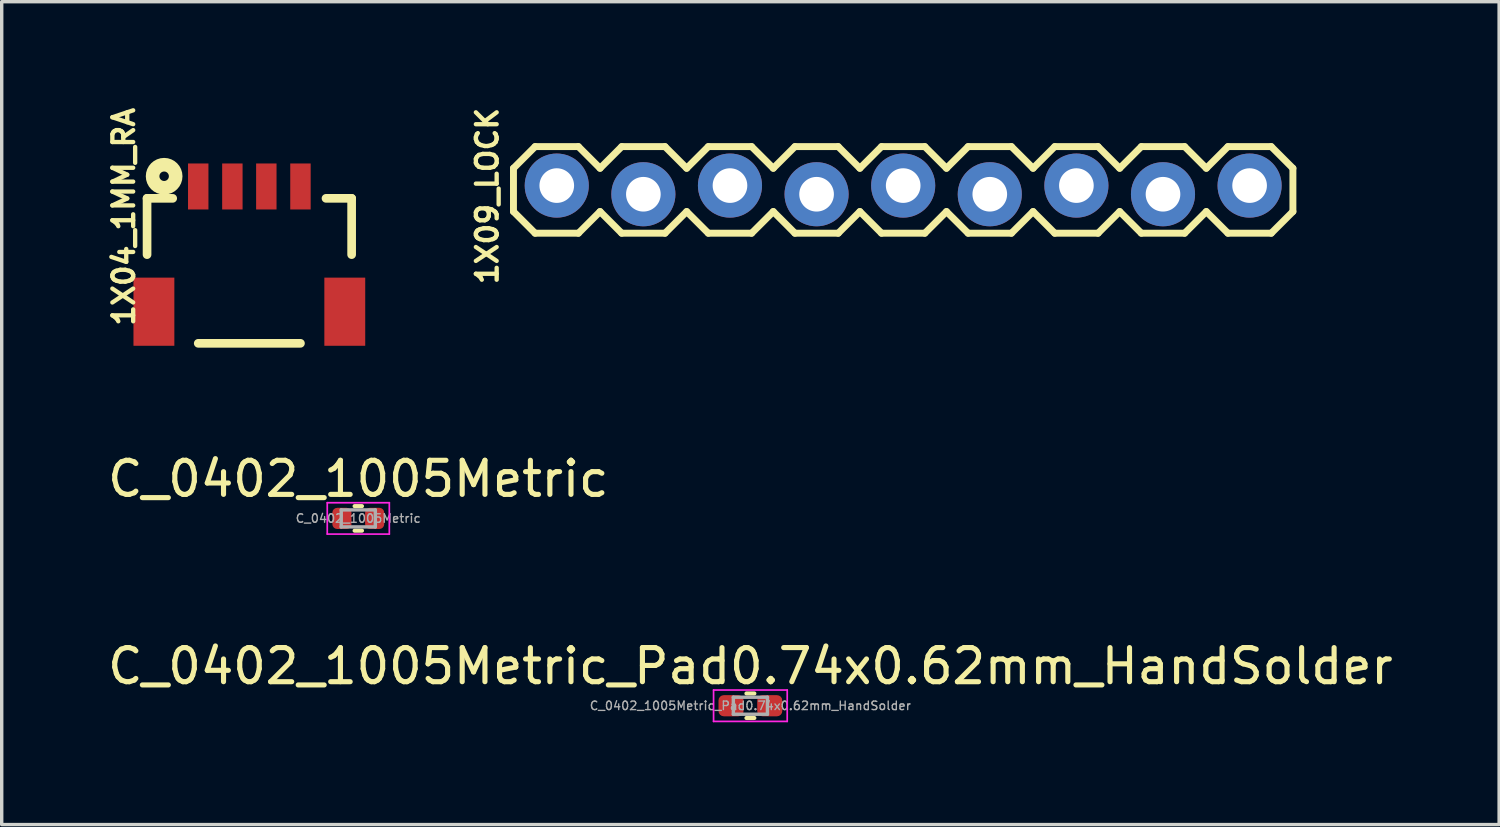
<source format=kicad_pcb>
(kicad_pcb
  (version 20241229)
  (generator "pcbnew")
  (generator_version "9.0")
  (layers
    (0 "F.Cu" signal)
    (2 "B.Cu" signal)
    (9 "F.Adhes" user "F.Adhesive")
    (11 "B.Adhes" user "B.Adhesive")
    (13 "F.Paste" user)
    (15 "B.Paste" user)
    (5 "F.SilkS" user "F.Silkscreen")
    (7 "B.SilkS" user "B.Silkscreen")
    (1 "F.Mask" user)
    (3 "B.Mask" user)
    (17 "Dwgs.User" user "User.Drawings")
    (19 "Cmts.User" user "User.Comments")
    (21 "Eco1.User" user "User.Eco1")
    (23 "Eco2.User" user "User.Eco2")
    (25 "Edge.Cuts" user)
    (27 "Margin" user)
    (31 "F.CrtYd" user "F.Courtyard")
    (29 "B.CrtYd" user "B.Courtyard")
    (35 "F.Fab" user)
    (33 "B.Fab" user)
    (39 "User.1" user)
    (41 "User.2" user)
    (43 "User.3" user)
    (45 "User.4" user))
  (footprint "C_0402_1005Metric_Pad0.74x0.62mm_HandSolder"
    (layer "F.Cu")
    (at 18.958 17.648)
    (property "Reference" "C_0402_1005Metric_Pad0.74x0.62mm_HandSolder" (at 0 -1.16 180) (layer "F.SilkS") (effects (font (size 1 1) (thickness 0.15))))
    (attr smd)
    (fp_line (start -0.116 -0.36) (end 0.116 -0.36) (stroke (width 0.12) (type solid)) (layer "F.SilkS"))
    (fp_line (start -0.116 0.36) (end 0.116 0.36) (stroke (width 0.12) (type solid)) (layer "F.SilkS"))
    (fp_line (start -1.08 -0.46) (end 1.08 -0.46) (stroke (width 0.05) (type solid)) (layer "F.CrtYd"))
    (fp_line (start -1.08 0.46) (end -1.08 -0.46) (stroke (width 0.05) (type solid)) (layer "F.CrtYd"))
    (fp_line (start 1.08 -0.46) (end 1.08 0.46) (stroke (width 0.05) (type solid)) (layer "F.CrtYd"))
    (fp_line (start 1.08 0.46) (end -1.08 0.46) (stroke (width 0.05) (type solid)) (layer "F.CrtYd"))
    (fp_line (start -0.5 -0.25) (end 0.5 -0.25) (stroke (width 0.1) (type solid)) (layer "F.Fab"))
    (fp_line (start -0.5 0.25) (end -0.5 -0.25) (stroke (width 0.1) (type solid)) (layer "F.Fab"))
    (fp_line (start 0.5 -0.25) (end 0.5 0.25) (stroke (width 0.1) (type solid)) (layer "F.Fab"))
    (fp_line (start 0.5 0.25) (end -0.5 0.25) (stroke (width 0.1) (type solid)) (layer "F.Fab"))
    (fp_text user "${REFERENCE}" (at 0 0 180) (layer "F.Fab") (effects (font (size 0.25 0.25) (thickness 0.04))))
    (pad "1" smd roundrect (at -0.568 0) (size 0.735 0.62) (layers "F.Cu" "F.Mask" "F.Paste") (roundrect_rratio 0.25))
    (pad "2" smd roundrect (at 0.568 0) (size 0.735 0.62) (layers "F.Cu" "F.Mask" "F.Paste") (roundrect_rratio 0.25)))
  (footprint "C_0402_1005Metric"
    (layer "F.Cu")
    (at 7.458 12.154)
    (property "Reference" "C_0402_1005Metric" (at 0 -1.16 180) (layer "F.SilkS") (effects (font (size 1 1) (thickness 0.15))))
    (attr smd)
    (fp_line (start -0.108 -0.36) (end 0.108 -0.36) (stroke (width 0.12) (type solid)) (layer "F.SilkS"))
    (fp_line (start -0.108 0.36) (end 0.108 0.36) (stroke (width 0.12) (type solid)) (layer "F.SilkS"))
    (fp_line (start -0.91 -0.46) (end 0.91 -0.46) (stroke (width 0.05) (type solid)) (layer "F.CrtYd"))
    (fp_line (start -0.91 0.46) (end -0.91 -0.46) (stroke (width 0.05) (type solid)) (layer "F.CrtYd"))
    (fp_line (start 0.91 -0.46) (end 0.91 0.46) (stroke (width 0.05) (type solid)) (layer "F.CrtYd"))
    (fp_line (start 0.91 0.46) (end -0.91 0.46) (stroke (width 0.05) (type solid)) (layer "F.CrtYd"))
    (fp_line (start -0.5 -0.25) (end 0.5 -0.25) (stroke (width 0.1) (type solid)) (layer "F.Fab"))
    (fp_line (start -0.5 0.25) (end -0.5 -0.25) (stroke (width 0.1) (type solid)) (layer "F.Fab"))
    (fp_line (start 0.5 -0.25) (end 0.5 0.25) (stroke (width 0.1) (type solid)) (layer "F.Fab"))
    (fp_line (start 0.5 0.25) (end -0.5 0.25) (stroke (width 0.1) (type solid)) (layer "F.Fab"))
    (fp_text user "${REFERENCE}" (at 0 0 180) (layer "F.Fab") (effects (font (size 0.25 0.25) (thickness 0.04))))
    (pad "1" smd roundrect (at -0.48 0) (size 0.56 0.62) (layers "F.Cu" "F.Mask" "F.Paste") (roundrect_rratio 0.25))
    (pad "2" smd roundrect (at 0.48 0) (size 0.56 0.62) (layers "F.Cu" "F.Mask" "F.Paste") (roundrect_rratio 0.25)))
  (footprint "1X09_LOCK"
    (layer "F.Cu")
    (at 13.279 2.52)
    (property "Reference" "1X09_LOCK" (at -2.038 0.179 90) (layer "F.SilkS") (effects (font (size 0.61 0.61) (thickness 0.127))))
    (attr exclude_from_pos_files)
    (fp_line (start -1.27 -0.635) (end -1.27 0.635) (stroke (width 0.203) (type solid)) (layer "F.SilkS"))
    (fp_line (start -1.27 0.635) (end -0.635 1.27) (stroke (width 0.203) (type solid)) (layer "F.SilkS"))
    (fp_line (start -0.635 -1.27) (end -1.27 -0.635) (stroke (width 0.203) (type solid)) (layer "F.SilkS"))
    (fp_line (start -0.635 -1.27) (end 0.635 -1.27) (stroke (width 0.203) (type solid)) (layer "F.SilkS"))
    (fp_line (start 0.635 -1.27) (end 1.27 -0.635) (stroke (width 0.203) (type solid)) (layer "F.SilkS"))
    (fp_line (start 0.635 1.27) (end -0.635 1.27) (stroke (width 0.203) (type solid)) (layer "F.SilkS"))
    (fp_line (start 1.27 -0.635) (end 1.905 -1.27) (stroke (width 0.203) (type solid)) (layer "F.SilkS"))
    (fp_line (start 1.27 0.635) (end 0.635 1.27) (stroke (width 0.203) (type solid)) (layer "F.SilkS"))
    (fp_line (start 1.905 -1.27) (end 3.175 -1.27) (stroke (width 0.203) (type solid)) (layer "F.SilkS"))
    (fp_line (start 1.905 1.27) (end 1.27 0.635) (stroke (width 0.203) (type solid)) (layer "F.SilkS"))
    (fp_line (start 3.175 -1.27) (end 3.81 -0.635) (stroke (width 0.203) (type solid)) (layer "F.SilkS"))
    (fp_line (start 3.175 1.27) (end 1.905 1.27) (stroke (width 0.203) (type solid)) (layer "F.SilkS"))
    (fp_line (start 3.81 -0.635) (end 4.445 -1.27) (stroke (width 0.203) (type solid)) (layer "F.SilkS"))
    (fp_line (start 3.81 0.635) (end 3.175 1.27) (stroke (width 0.203) (type solid)) (layer "F.SilkS"))
    (fp_line (start 4.445 -1.27) (end 5.715 -1.27) (stroke (width 0.203) (type solid)) (layer "F.SilkS"))
    (fp_line (start 4.445 1.27) (end 3.81 0.635) (stroke (width 0.203) (type solid)) (layer "F.SilkS"))
    (fp_line (start 5.715 -1.27) (end 6.35 -0.635) (stroke (width 0.203) (type solid)) (layer "F.SilkS"))
    (fp_line (start 5.715 1.27) (end 4.445 1.27) (stroke (width 0.203) (type solid)) (layer "F.SilkS"))
    (fp_line (start 6.35 0.635) (end 5.715 1.27) (stroke (width 0.203) (type solid)) (layer "F.SilkS"))
    (fp_line (start 6.35 0.635) (end 6.985 1.27) (stroke (width 0.203) (type solid)) (layer "F.SilkS"))
    (fp_line (start 6.985 -1.27) (end 6.35 -0.635) (stroke (width 0.203) (type solid)) (layer "F.SilkS"))
    (fp_line (start 6.985 -1.27) (end 8.255 -1.27) (stroke (width 0.203) (type solid)) (layer "F.SilkS"))
    (fp_line (start 8.255 -1.27) (end 8.89 -0.635) (stroke (width 0.203) (type solid)) (layer "F.SilkS"))
    (fp_line (start 8.255 1.27) (end 6.985 1.27) (stroke (width 0.203) (type solid)) (layer "F.SilkS"))
    (fp_line (start 8.89 -0.635) (end 9.525 -1.27) (stroke (width 0.203) (type solid)) (layer "F.SilkS"))
    (fp_line (start 8.89 0.635) (end 8.255 1.27) (stroke (width 0.203) (type solid)) (layer "F.SilkS"))
    (fp_line (start 9.525 -1.27) (end 10.795 -1.27) (stroke (width 0.203) (type solid)) (layer "F.SilkS"))
    (fp_line (start 9.525 1.27) (end 8.89 0.635) (stroke (width 0.203) (type solid)) (layer "F.SilkS"))
    (fp_line (start 10.795 -1.27) (end 11.43 -0.635) (stroke (width 0.203) (type solid)) (layer "F.SilkS"))
    (fp_line (start 10.795 1.27) (end 9.525 1.27) (stroke (width 0.203) (type solid)) (layer "F.SilkS"))
    (fp_line (start 11.43 -0.635) (end 12.065 -1.27) (stroke (width 0.203) (type solid)) (layer "F.SilkS"))
    (fp_line (start 11.43 0.635) (end 10.795 1.27) (stroke (width 0.203) (type solid)) (layer "F.SilkS"))
    (fp_line (start 12.065 -1.27) (end 13.335 -1.27) (stroke (width 0.203) (type solid)) (layer "F.SilkS"))
    (fp_line (start 12.065 1.27) (end 11.43 0.635) (stroke (width 0.203) (type solid)) (layer "F.SilkS"))
    (fp_line (start 13.335 -1.27) (end 13.97 -0.635) (stroke (width 0.203) (type solid)) (layer "F.SilkS"))
    (fp_line (start 13.335 1.27) (end 12.065 1.27) (stroke (width 0.203) (type solid)) (layer "F.SilkS"))
    (fp_line (start 13.97 0.635) (end 13.335 1.27) (stroke (width 0.203) (type solid)) (layer "F.SilkS"))
    (fp_line (start 13.97 0.635) (end 14.605 1.27) (stroke (width 0.203) (type solid)) (layer "F.SilkS"))
    (fp_line (start 14.605 -1.27) (end 13.97 -0.635) (stroke (width 0.203) (type solid)) (layer "F.SilkS"))
    (fp_line (start 14.605 -1.27) (end 15.875 -1.27) (stroke (width 0.203) (type solid)) (layer "F.SilkS"))
    (fp_line (start 15.875 -1.27) (end 16.51 -0.635) (stroke (width 0.203) (type solid)) (layer "F.SilkS"))
    (fp_line (start 15.875 1.27) (end 14.605 1.27) (stroke (width 0.203) (type solid)) (layer "F.SilkS"))
    (fp_line (start 16.51 0.635) (end 15.875 1.27) (stroke (width 0.203) (type solid)) (layer "F.SilkS"))
    (fp_line (start 16.51 0.635) (end 17.145 1.27) (stroke (width 0.203) (type solid)) (layer "F.SilkS"))
    (fp_line (start 17.145 -1.27) (end 16.51 -0.635) (stroke (width 0.203) (type solid)) (layer "F.SilkS"))
    (fp_line (start 17.145 -1.27) (end 18.415 -1.27) (stroke (width 0.203) (type solid)) (layer "F.SilkS"))
    (fp_line (start 18.415 -1.27) (end 19.05 -0.635) (stroke (width 0.203) (type solid)) (layer "F.SilkS"))
    (fp_line (start 18.415 1.27) (end 17.145 1.27) (stroke (width 0.203) (type solid)) (layer "F.SilkS"))
    (fp_line (start 19.05 0.635) (end 18.415 1.27) (stroke (width 0.203) (type solid)) (layer "F.SilkS"))
    (fp_line (start 19.05 0.635) (end 19.685 1.27) (stroke (width 0.203) (type solid)) (layer "F.SilkS"))
    (fp_line (start 19.685 -1.27) (end 19.05 -0.635) (stroke (width 0.203) (type solid)) (layer "F.SilkS"))
    (fp_line (start 19.685 -1.27) (end 20.955 -1.27) (stroke (width 0.203) (type solid)) (layer "F.SilkS"))
    (fp_line (start 20.955 -1.27) (end 21.59 -0.635) (stroke (width 0.203) (type solid)) (layer "F.SilkS"))
    (fp_line (start 20.955 1.27) (end 19.685 1.27) (stroke (width 0.203) (type solid)) (layer "F.SilkS"))
    (fp_line (start 21.59 -0.635) (end 21.59 0.635) (stroke (width 0.203) (type solid)) (layer "F.SilkS"))
    (fp_line (start 21.59 0.635) (end 20.955 1.27) (stroke (width 0.203) (type solid)) (layer "F.SilkS"))
    (pad "1" thru_hole circle (at 0 -0.127) (size 1.88 1.88) (drill 1.016) (layers "*.Cu" "*.Mask"))
    (pad "2" thru_hole circle (at 2.54 0.127) (size 1.88 1.88) (drill 1.016) (layers "*.Cu" "*.Mask"))
    (pad "3" thru_hole circle (at 5.08 -0.127) (size 1.88 1.88) (drill 1.016) (layers "*.Cu" "*.Mask"))
    (pad "4" thru_hole circle (at 7.62 0.127) (size 1.88 1.88) (drill 1.016) (layers "*.Cu" "*.Mask"))
    (pad "5" thru_hole circle (at 10.16 -0.127) (size 1.88 1.88) (drill 1.016) (layers "*.Cu" "*.Mask"))
    (pad "6" thru_hole circle (at 12.7 0.127) (size 1.88 1.88) (drill 1.016) (layers "*.Cu" "*.Mask"))
    (pad "7" thru_hole circle (at 15.24 -0.127) (size 1.88 1.88) (drill 1.016) (layers "*.Cu" "*.Mask"))
    (pad "8" thru_hole circle (at 17.78 0.127) (size 1.88 1.88) (drill 1.016) (layers "*.Cu" "*.Mask"))
    (pad "9" thru_hole circle (at 20.32 -0.127) (size 1.88 1.88) (drill 1.016) (layers "*.Cu" "*.Mask")))
  (footprint "1X04_1MM_RA"
    (layer "F.Cu")
    (at 4.263 2.419)
    (property "Reference" "1X04_1MM_RA" (at -3.683 0.889 90) (layer "F.SilkS") (effects (font (size 0.61 0.61) (thickness 0.127))))
    (attr smd)
    (fp_line (start -3 0.348) (end -2.248 0.348) (stroke (width 0.254) (type solid)) (layer "F.SilkS"))
    (fp_line (start -3 1.999) (end -3 0.348) (stroke (width 0.254) (type solid)) (layer "F.SilkS"))
    (fp_line (start -1.499 4.6) (end 1.499 4.6) (stroke (width 0.254) (type solid)) (layer "F.SilkS"))
    (fp_line (start 2.248 0.348) (end 3 0.348) (stroke (width 0.254) (type solid)) (layer "F.SilkS"))
    (fp_line (start 3 0.348) (end 3 1.999) (stroke (width 0.254) (type solid)) (layer "F.SilkS"))
    (fp_circle (center -2.499 -0.3) (end -2.499 -0.439) (stroke (width 0.399) (type solid)) (fill no) (layer "F.SilkS"))
    (pad "1" smd rect (at -1.499 0) (size 0.599 1.349) (layers "F.Cu" "F.Mask" "F.Paste"))
    (pad "2" smd rect (at -0.498 0) (size 0.599 1.349) (layers "F.Cu" "F.Mask" "F.Paste"))
    (pad "3" smd rect (at 0.498 0) (size 0.599 1.349) (layers "F.Cu" "F.Mask" "F.Paste"))
    (pad "4" smd rect (at 1.499 0) (size 0.599 1.349) (layers "F.Cu" "F.Mask" "F.Paste"))
    (pad "NC1" smd rect (at 2.799 3.673) (size 1.199 1.999) (layers "F.Cu" "F.Mask" "F.Paste"))
    (pad "NC2" smd rect (at -2.799 3.673) (size 1.199 1.999) (layers "F.Cu" "F.Mask" "F.Paste")))
  (gr_rect
    (start -3 -3)
    (end 40.917 21.133)
    (stroke (width 0.1) (type default))
    (fill no)
    (layer "Edge.Cuts")))
</source>
